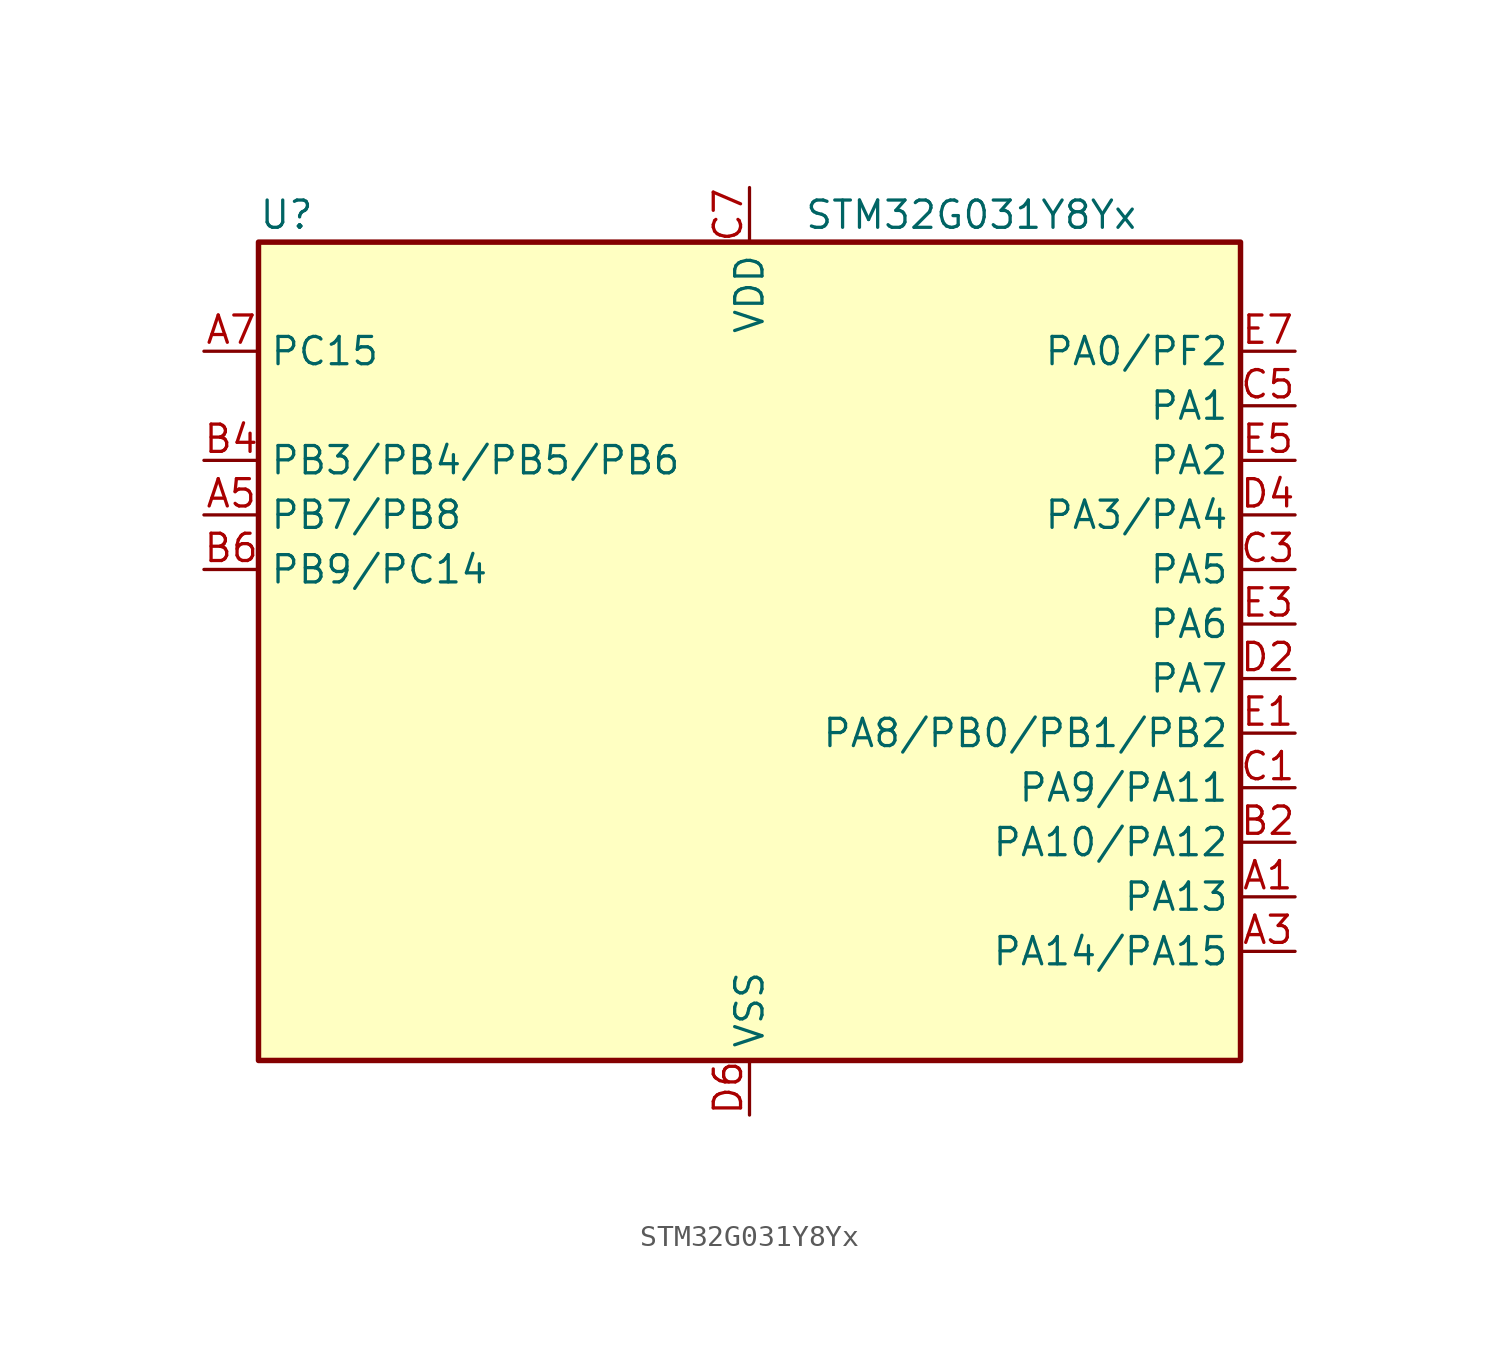
<source format=kicad_sym>
(kicad_symbol_lib
  (version 20241209)
  (generator "kicad_symbol_editor")
  (generator_version "9.0")
  (symbol "STM32G031Y8Yx"
    (property "Reference" "U"
      (at -22.86 21.59 0)
      (effects (font (size 1.27 1.27)) (justify left)))
    (property "Value" "STM32G031Y8Yx"
      (at 2.54 21.59 0)
      (effects (font (size 1.27 1.27)) (justify left)))
    (symbol "STM32G031Y8Yx_0_1"
      (rectangle (start -22.86 -17.78) (end 22.86 20.32) (stroke (width 0.254) (type default)) (fill (type background))))
    (symbol "STM32G031Y8Yx_1_1"
      (pin bidirectional line (at -25.4 15.24 0) (length 2.54) (name "PC15" (effects (font (size 1.27 1.27)))) (number "A7" (effects (font (size 1.27 1.27)))) (alternate "RCC_OSC32_EN" bidirectional line) (alternate "RCC_OSC32_OUT" bidirectional line) (alternate "RCC_OSC_EN" bidirectional line))
      (pin bidirectional line (at -25.4 10.16 0) (length 2.54) (name "PB3/PB4/PB5/PB6" (effects (font (size 1.27 1.27)))) (number "B4" (effects (font (size 1.27 1.27)))) (alternate "I2C1_SCL (PB6)" bidirectional line) (alternate "I2C1_SMBA (PB5)" bidirectional line) (alternate "I2S1_CK (PB3)" bidirectional line) (alternate "I2S1_MCK (PB4)" bidirectional line) (alternate "I2S1_SD (PB5)" bidirectional line) (alternate "LPTIM1_ETR (PB6)" bidirectional line) (alternate "LPTIM1_IN1 (PB5)" bidirectional line) (alternate "PB3" bidirectional line) (alternate "PB4" bidirectional line) (alternate "PB5" bidirectional line) (alternate "PB6" bidirectional line) (alternate "SPI1_MISO (PB4)" bidirectional line) (alternate "SPI1_MOSI (PB5)" bidirectional line) (alternate "SPI1_SCK (PB3)" bidirectional line) (alternate "SPI2_MISO (PB6)" bidirectional line) (alternate "SYS_WKUP6 (PB5)" bidirectional line) (alternate "TIM16_BK (PB5)" bidirectional line) (alternate "TIM16_CH1N (PB6)" bidirectional line) (alternate "TIM17_BK (PB4)" bidirectional line) (alternate "TIM1_CH2 (PB3)" bidirectional line) (alternate "TIM1_CH3 (PB6)" bidirectional line) (alternate "TIM2_CH2 (PB3)" bidirectional line) (alternate "TIM3_CH1 (PB4)" bidirectional line) (alternate "TIM3_CH2 (PB5)" bidirectional line) (alternate "USART1_CK (PB3)" bidirectional line) (alternate "USART1_CTS (PB4)" bidirectional line) (alternate "USART1_DE (PB3)" bidirectional line) (alternate "USART1_NSS (PB4)" bidirectional line) (alternate "USART1_RTS (PB3)" bidirectional line) (alternate "USART1_TX (PB6)" bidirectional line))
      (pin bidirectional line (at -25.4 7.62 0) (length 2.54) (name "PB7/PB8" (effects (font (size 1.27 1.27)))) (number "A5" (effects (font (size 1.27 1.27)))) (alternate "ADC1_IN11 (PB7)" bidirectional line) (alternate "I2C1_SCL (PB8)" bidirectional line) (alternate "I2C1_SDA (PB7)" bidirectional line) (alternate "LPTIM1_IN2 (PB7)" bidirectional line) (alternate "PB7" bidirectional line) (alternate "PB8" bidirectional line) (alternate "SPI2_MOSI (PB7)" bidirectional line) (alternate "SPI2_SCK (PB8)" bidirectional line) (alternate "SYS_PVD_IN (PB7)" bidirectional line) (alternate "TIM16_CH1 (PB8)" bidirectional line) (alternate "TIM17_CH1N (PB7)" bidirectional line) (alternate "USART1_RX (PB7)" bidirectional line))
      (pin bidirectional line (at -25.4 5.08 0) (length 2.54) (name "PB9/PC14" (effects (font (size 1.27 1.27)))) (number "B6" (effects (font (size 1.27 1.27)))) (alternate "I2C1_SDA (PB9)" bidirectional line) (alternate "IR_OUT (PB9)" bidirectional line) (alternate "PB9" bidirectional line) (alternate "PC14" bidirectional line) (alternate "RCC_OSC32_IN (PC14)" bidirectional line) (alternate "RCC_OSC_IN (PC14)" bidirectional line) (alternate "SPI2_NSS (PB9)" bidirectional line) (alternate "TIM17_CH1 (PB9)" bidirectional line) (alternate "TIM1_BK2 (PC14)" bidirectional line))
      (pin power_in line (at 0 22.86 270) (length 2.54) (name "VDD" (effects (font (size 1.27 1.27)))) (number "C7" (effects (font (size 1.27 1.27)))))
      (pin power_in line (at 0 -20.32 90) (length 2.54) (name "VSS" (effects (font (size 1.27 1.27)))) (number "D6" (effects (font (size 1.27 1.27)))))
      (pin bidirectional line (at 25.4 15.24 180) (length 2.54) (name "PA0/PF2" (effects (font (size 1.27 1.27)))) (number "E7" (effects (font (size 1.27 1.27)))) (alternate "ADC1_IN0 (PA0)" bidirectional line) (alternate "LPTIM1_OUT (PA0)" bidirectional line) (alternate "PA0" bidirectional line) (alternate "PF2" bidirectional line) (alternate "RCC_MCO (PF2)" bidirectional line) (alternate "RTC_TAMP_IN2 (PA0)" bidirectional line) (alternate "SPI2_SCK (PA0)" bidirectional line) (alternate "SYS_WKUP1 (PA0)" bidirectional line) (alternate "TIM2_CH1 (PA0)" bidirectional line) (alternate "TIM2_ETR (PA0)" bidirectional line) (alternate "USART2_CTS (PA0)" bidirectional line) (alternate "USART2_NSS (PA0)" bidirectional line))
      (pin bidirectional line (at 25.4 12.7 180) (length 2.54) (name "PA1" (effects (font (size 1.27 1.27)))) (number "C5" (effects (font (size 1.27 1.27)))) (alternate "ADC1_IN1" bidirectional line) (alternate "I2C1_SMBA" bidirectional line) (alternate "I2S1_CK" bidirectional line) (alternate "SPI1_SCK" bidirectional line) (alternate "TIM2_CH2" bidirectional line) (alternate "USART2_CK" bidirectional line) (alternate "USART2_DE" bidirectional line) (alternate "USART2_RTS" bidirectional line))
      (pin bidirectional line (at 25.4 10.16 180) (length 2.54) (name "PA2" (effects (font (size 1.27 1.27)))) (number "E5" (effects (font (size 1.27 1.27)))) (alternate "ADC1_IN2" bidirectional line) (alternate "I2S1_SD" bidirectional line) (alternate "LPUART1_TX" bidirectional line) (alternate "RCC_LSCO" bidirectional line) (alternate "SPI1_MOSI" bidirectional line) (alternate "SYS_WKUP4" bidirectional line) (alternate "TIM2_CH3" bidirectional line) (alternate "USART2_TX" bidirectional line))
      (pin bidirectional line (at 25.4 7.62 180) (length 2.54) (name "PA3/PA4" (effects (font (size 1.27 1.27)))) (number "D4" (effects (font (size 1.27 1.27)))) (alternate "ADC1_IN3 (PA3)" bidirectional line) (alternate "ADC1_IN4 (PA4)" bidirectional line) (alternate "I2S1_WS (PA4)" bidirectional line) (alternate "LPTIM2_OUT (PA4)" bidirectional line) (alternate "LPUART1_RX (PA3)" bidirectional line) (alternate "PA3" bidirectional line) (alternate "PA4" bidirectional line) (alternate "RTC_OUT_ALARM (PA4)" bidirectional line) (alternate "RTC_OUT_CALIB (PA4)" bidirectional line) (alternate "RTC_TAMP_IN1 (PA4)" bidirectional line) (alternate "RTC_TS (PA4)" bidirectional line) (alternate "SPI1_NSS (PA4)" bidirectional line) (alternate "SPI2_MISO (PA3)" bidirectional line) (alternate "SPI2_MOSI (PA4)" bidirectional line) (alternate "SYS_WKUP2 (PA4)" bidirectional line) (alternate "TIM14_CH1 (PA4)" bidirectional line) (alternate "TIM2_CH4 (PA3)" bidirectional line) (alternate "USART2_RX (PA3)" bidirectional line))
      (pin bidirectional line (at 25.4 5.08 180) (length 2.54) (name "PA5" (effects (font (size 1.27 1.27)))) (number "C3" (effects (font (size 1.27 1.27)))) (alternate "ADC1_IN5" bidirectional line) (alternate "I2S1_CK" bidirectional line) (alternate "LPTIM2_ETR" bidirectional line) (alternate "SPI1_SCK" bidirectional line) (alternate "TIM2_CH1" bidirectional line) (alternate "TIM2_ETR" bidirectional line))
      (pin bidirectional line (at 25.4 2.54 180) (length 2.54) (name "PA6" (effects (font (size 1.27 1.27)))) (number "E3" (effects (font (size 1.27 1.27)))) (alternate "ADC1_IN6" bidirectional line) (alternate "I2S1_MCK" bidirectional line) (alternate "LPUART1_CTS" bidirectional line) (alternate "SPI1_MISO" bidirectional line) (alternate "TIM16_CH1" bidirectional line) (alternate "TIM1_BK" bidirectional line) (alternate "TIM3_CH1" bidirectional line))
      (pin bidirectional line (at 25.4 0 180) (length 2.54) (name "PA7" (effects (font (size 1.27 1.27)))) (number "D2" (effects (font (size 1.27 1.27)))) (alternate "ADC1_IN7" bidirectional line) (alternate "I2S1_SD" bidirectional line) (alternate "SPI1_MOSI" bidirectional line) (alternate "TIM14_CH1" bidirectional line) (alternate "TIM17_CH1" bidirectional line) (alternate "TIM1_CH1N" bidirectional line) (alternate "TIM3_CH2" bidirectional line))
      (pin bidirectional line (at 25.4 -2.54 180) (length 2.54) (name "PA8/PB0/PB1/PB2" (effects (font (size 1.27 1.27)))) (number "E1" (effects (font (size 1.27 1.27)))) (alternate "ADC1_IN10 (PB2)" bidirectional line) (alternate "ADC1_IN8 (PB0)" bidirectional line) (alternate "ADC1_IN9 (PB1)" bidirectional line) (alternate "I2S1_WS (PB0)" bidirectional line) (alternate "LPTIM1_OUT (PB0)" bidirectional line) (alternate "LPTIM1_OUT (PB2)" bidirectional line) (alternate "LPTIM2_IN1 (PB1)" bidirectional line) (alternate "LPTIM2_OUT (PA8)" bidirectional line) (alternate "LPUART1_DE (PB1)" bidirectional line) (alternate "LPUART1_RTS (PB1)" bidirectional line) (alternate "PA8" bidirectional line) (alternate "PB0" bidirectional line) (alternate "PB1" bidirectional line) (alternate "PB2" bidirectional line) (alternate "RCC_MCO (PA8)" bidirectional line) (alternate "SPI1_NSS (PB0)" bidirectional line) (alternate "SPI2_MISO (PB2)" bidirectional line) (alternate "SPI2_NSS (PA8)" bidirectional line) (alternate "TIM14_CH1 (PB1)" bidirectional line) (alternate "TIM1_CH1 (PA8)" bidirectional line) (alternate "TIM1_CH2N (PB0)" bidirectional line) (alternate "TIM1_CH3N (PB1)" bidirectional line) (alternate "TIM3_CH3 (PB0)" bidirectional line) (alternate "TIM3_CH4 (PB1)" bidirectional line))
      (pin bidirectional line (at 25.4 -5.08 180) (length 2.54) (name "PA9/PA11" (effects (font (size 1.27 1.27)))) (number "C1" (effects (font (size 1.27 1.27)))) (alternate "ADC1_EXTI11 (PA11)" bidirectional line) (alternate "ADC1_IN15 (PA11)" bidirectional line) (alternate "I2C1_SCL (PA9)" bidirectional line) (alternate "I2C2_SCL (PA11)" bidirectional line) (alternate "I2S1_MCK (PA11)" bidirectional line) (alternate "PA11" bidirectional line) (alternate "PA9" bidirectional line) (alternate "RCC_MCO (PA9)" bidirectional line) (alternate "SPI1_MISO (PA11)" bidirectional line) (alternate "SPI2_MISO (PA9)" bidirectional line) (alternate "TIM1_BK2 (PA11)" bidirectional line) (alternate "TIM1_CH2 (PA9)" bidirectional line) (alternate "TIM1_CH4 (PA11)" bidirectional line) (alternate "USART1_CTS (PA11)" bidirectional line) (alternate "USART1_NSS (PA11)" bidirectional line) (alternate "USART1_TX (PA9)" bidirectional line))
      (pin bidirectional line (at 25.4 -7.62 180) (length 2.54) (name "PA10/PA12" (effects (font (size 1.27 1.27)))) (number "B2" (effects (font (size 1.27 1.27)))) (alternate "ADC1_IN16 (PA12)" bidirectional line) (alternate "I2C1_SDA (PA10)" bidirectional line) (alternate "I2C2_SDA (PA12)" bidirectional line) (alternate "I2S1_SD (PA12)" bidirectional line) (alternate "I2S_CKIN (PA12)" bidirectional line) (alternate "PA10" bidirectional line) (alternate "PA12" bidirectional line) (alternate "SPI1_MOSI (PA12)" bidirectional line) (alternate "SPI2_MOSI (PA10)" bidirectional line) (alternate "TIM17_BK (PA10)" bidirectional line) (alternate "TIM1_CH3 (PA10)" bidirectional line) (alternate "TIM1_ETR (PA12)" bidirectional line) (alternate "USART1_CK (PA12)" bidirectional line) (alternate "USART1_DE (PA12)" bidirectional line) (alternate "USART1_RTS (PA12)" bidirectional line) (alternate "USART1_RX (PA10)" bidirectional line))
      (pin bidirectional line (at 25.4 -10.16 180) (length 2.54) (name "PA13" (effects (font (size 1.27 1.27)))) (number "A1" (effects (font (size 1.27 1.27)))) (alternate "ADC1_IN17" bidirectional line) (alternate "IR_OUT" bidirectional line) (alternate "SYS_SWDIO" bidirectional line))
      (pin bidirectional line (at 25.4 -12.7 180) (length 2.54) (name "PA14/PA15" (effects (font (size 1.27 1.27)))) (number "A3" (effects (font (size 1.27 1.27)))) (alternate "ADC1_IN18 (PA14)" bidirectional line) (alternate "I2S1_WS (PA15)" bidirectional line) (alternate "PA14" bidirectional line) (alternate "PA15" bidirectional line) (alternate "SPI1_NSS (PA15)" bidirectional line) (alternate "SYS_SWCLK (PA14)" bidirectional line) (alternate "TIM2_CH1 (PA15)" bidirectional line) (alternate "TIM2_ETR (PA15)" bidirectional line) (alternate "USART2_RX (PA15)" bidirectional line) (alternate "USART2_TX (PA14)" bidirectional line)))))
</source>
